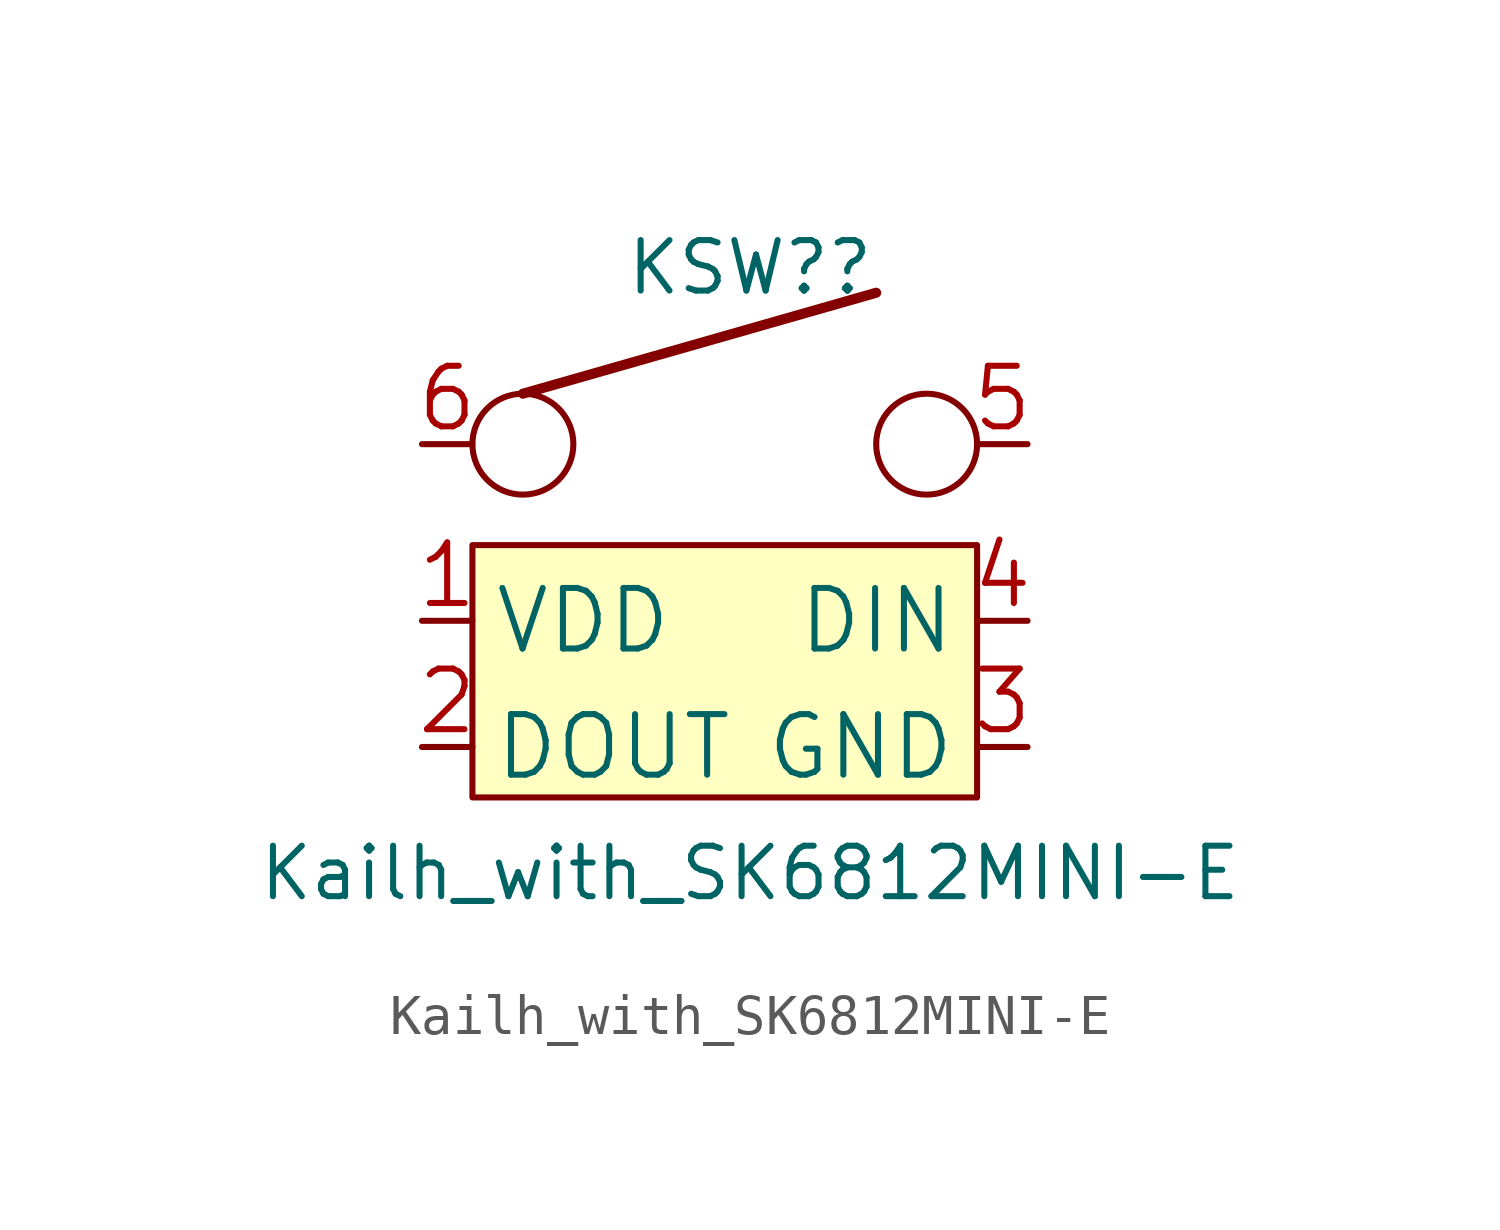
<source format=kicad_sym>
(kicad_symbol_lib
  (version 20220914)
  (generator kicad_symbol_editor)
  (symbol "Kailh_with_SK6812MINI-E"
    (property "Reference" "KSW?"
      (at 0 9.525 0)
      (effects (font (size 1.27 1.27))))
    (property "Value" "Kailh_with_SK6812MINI-E"
      (at 0 -5.715 0)
      (effects (font (size 1.27 1.27))))
    (symbol "Kailh_with_SK6812MINI-E_0_1"
      (rectangle (start -6.985 2.54) (end 5.715 -3.81) (stroke (width 0) (type default)) (fill (type background)))
      (circle (center -5.715 5.08) (radius 1.27) (stroke (width 0) (type solid)) (fill (type none)))
      (polyline (pts (xy -5.715 6.35) (xy 3.175 8.89)) (stroke (width 0.254) (type solid)) (fill (type none)))
      (circle (center 4.445 5.08) (radius 1.27) (stroke (width 0) (type solid)) (fill (type none))))
    (symbol "Kailh_with_SK6812MINI-E_1_1"
      (pin power_in line (at -8.255 0.635 0) (length 1.27) (name "VDD" (effects (font (size 1.524 1.524)))) (number "1" (effects (font (size 1.524 1.524)))))
      (pin output line (at -8.255 -2.54 0) (length 1.27) (name "DOUT" (effects (font (size 1.524 1.524)))) (number "2" (effects (font (size 1.524 1.524)))))
      (pin power_in line (at 6.985 -2.54 180) (length 1.27) (name "GND" (effects (font (size 1.524 1.524)))) (number "3" (effects (font (size 1.524 1.524)))))
      (pin input line (at 6.985 0.635 180) (length 1.27) (name "DIN" (effects (font (size 1.524 1.524)))) (number "4" (effects (font (size 1.524 1.524)))))
      (pin passive line (at 6.985 5.08 180) (length 1.27) (name "~" (effects (font (size 1.524 1.524)))) (number "5" (effects (font (size 1.524 1.524)))))
      (pin passive line (at -8.255 5.08 0) (length 1.27) (name "~" (effects (font (size 1.524 1.524)))) (number "6" (effects (font (size 1.524 1.524))))))))
</source>
